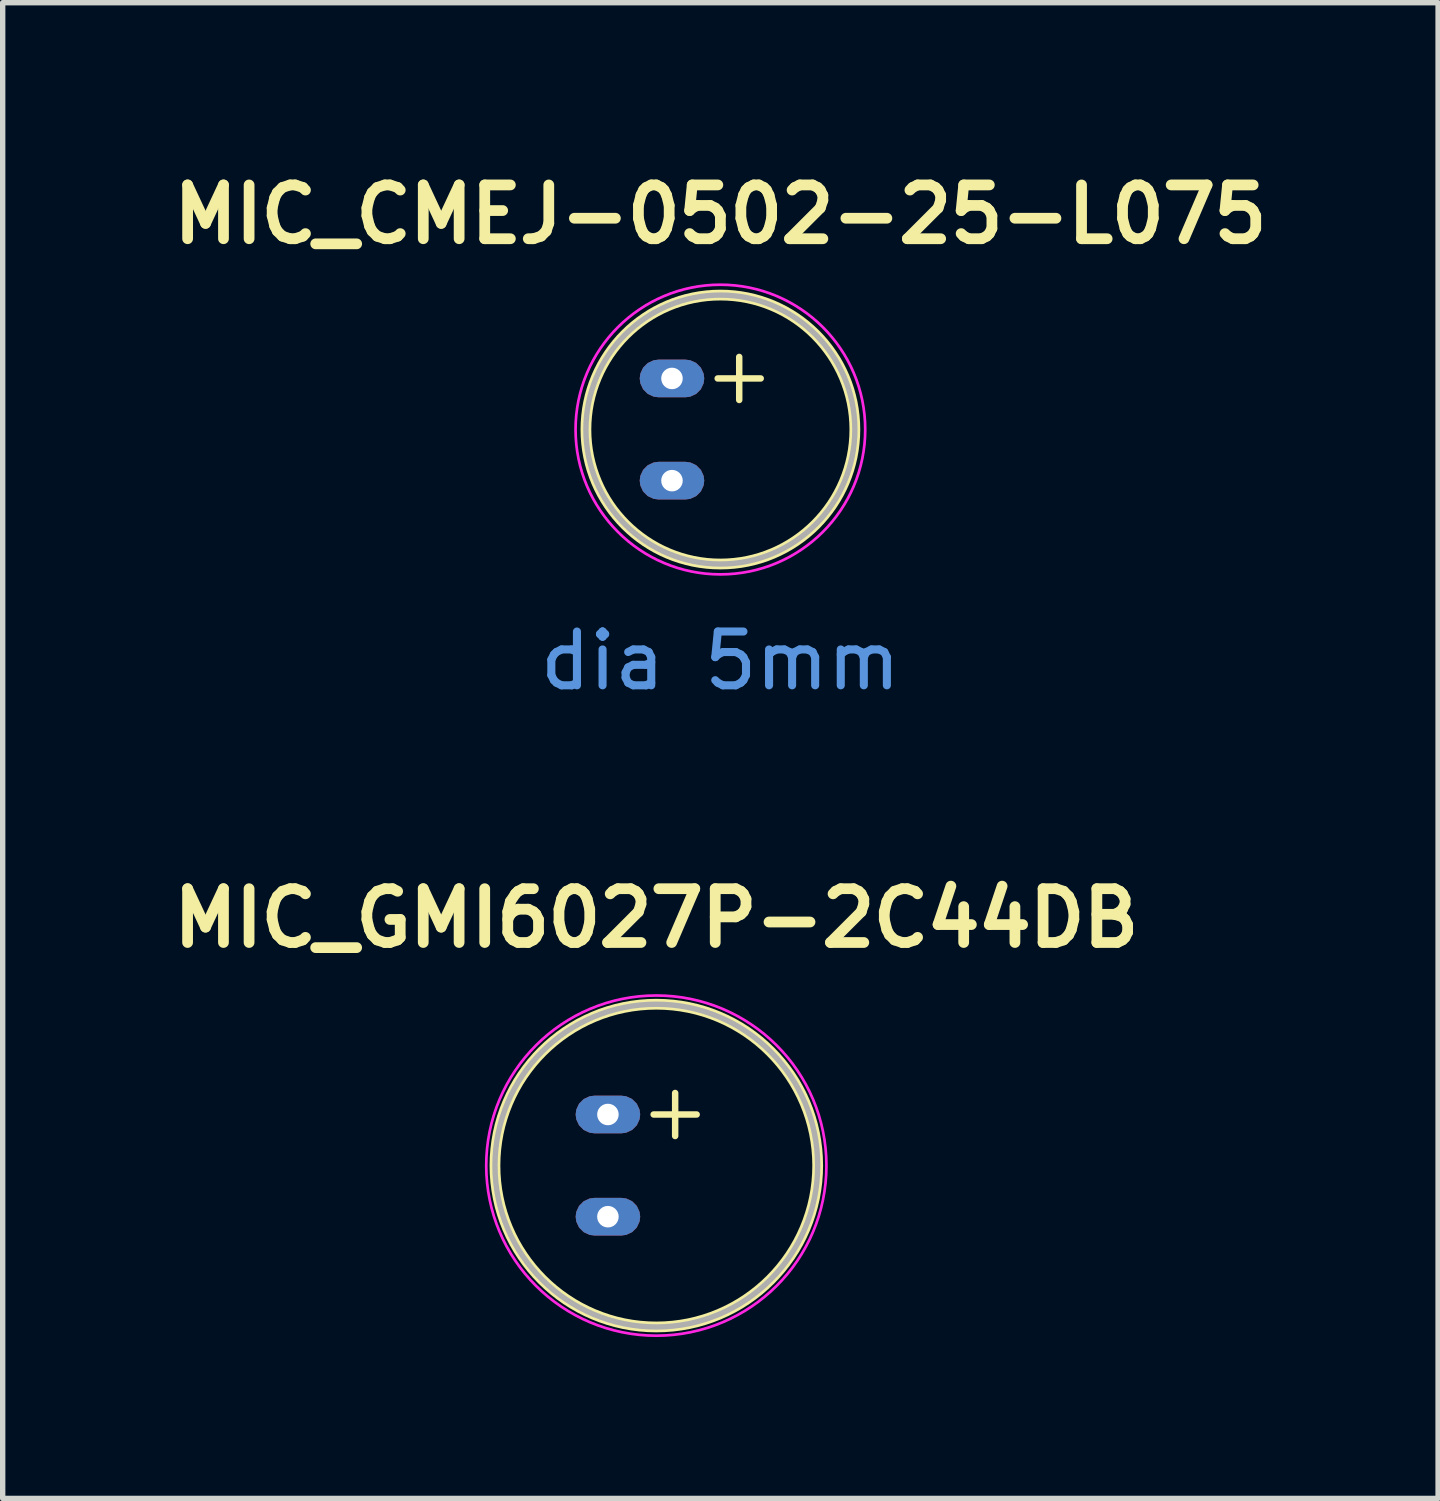
<source format=kicad_pcb>
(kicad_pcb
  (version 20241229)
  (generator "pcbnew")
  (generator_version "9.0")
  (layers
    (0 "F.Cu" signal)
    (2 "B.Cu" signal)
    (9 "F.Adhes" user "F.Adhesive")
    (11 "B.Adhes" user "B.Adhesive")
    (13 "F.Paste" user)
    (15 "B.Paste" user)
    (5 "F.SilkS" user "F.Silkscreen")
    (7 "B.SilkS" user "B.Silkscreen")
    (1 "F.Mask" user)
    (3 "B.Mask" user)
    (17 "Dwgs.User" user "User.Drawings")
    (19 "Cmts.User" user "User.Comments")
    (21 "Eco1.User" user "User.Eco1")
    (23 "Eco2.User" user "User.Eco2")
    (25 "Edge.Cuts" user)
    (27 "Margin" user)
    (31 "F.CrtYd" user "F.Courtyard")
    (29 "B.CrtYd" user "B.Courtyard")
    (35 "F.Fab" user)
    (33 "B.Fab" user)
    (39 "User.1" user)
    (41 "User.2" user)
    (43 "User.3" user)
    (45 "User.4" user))
  (footprint "MIC_CMEJ-0502-25-L075"
    (layer "F.Cu")
    (at 10.343 4.936)
    (property "Reference" "MIC_CMEJ-0502-25-L075" (at 0 -4 0) (layer "F.SilkS") (effects (font (size 1 1) (thickness 0.2))))
    (attr through_hole)
    (fp_line (start -0.05 -0.95) (end 0.75 -0.95) (stroke (width 0.12) (type solid)) (layer "F.SilkS"))
    (fp_line (start 0.35 -1.35) (end 0.35 -0.55) (stroke (width 0.12) (type solid)) (layer "F.SilkS"))
    (fp_circle (center 0 0) (end 2.5 0) (stroke (width 0.2) (type solid)) (fill no) (layer "F.SilkS"))
    (fp_circle (center 0 0) (end 1 -2.5) (stroke (width 0.05) (type solid)) (fill no) (layer "F.CrtYd"))
    (fp_circle (center 0 0) (end 0 -2.5) (stroke (width 0.1) (type solid)) (fill no) (layer "F.Fab"))
    (fp_text user "dia 5mm" (at 0 4.3 0) (layer "Cmts.User") (effects (font (size 1 1) (thickness 0.15))))
    (pad "1" thru_hole roundrect (at -0.9 -0.95) (size 1.2 0.7) (drill 0.4) (layers "*.Cu" "*.Mask") (roundrect_rratio 0.5))
    (pad "2" thru_hole roundrect (at -0.9 0.95) (size 1.2 0.7) (drill 0.4) (layers "*.Cu" "*.Mask") (roundrect_rratio 0.5)))
  (footprint "MIC_GMI6027P-2C44DB"
    (layer "F.Cu")
    (at 9.152 18.62)
    (property "Reference" "MIC_GMI6027P-2C44DB" (at 0 -4.6 0) (layer "F.SilkS") (effects (font (size 1 1) (thickness 0.2))))
    (attr through_hole)
    (fp_line (start -0.05 -0.95) (end 0.75 -0.95) (stroke (width 0.12) (type solid)) (layer "F.SilkS"))
    (fp_line (start 0.35 -1.35) (end 0.35 -0.55) (stroke (width 0.12) (type solid)) (layer "F.SilkS"))
    (fp_circle (center 0 0) (end 3 0) (stroke (width 0.2) (type solid)) (fill no) (layer "F.SilkS"))
    (fp_circle (center 0 0) (end 1 -3) (stroke (width 0.05) (type solid)) (fill no) (layer "F.CrtYd"))
    (fp_circle (center 0 0) (end 0 -3) (stroke (width 0.1) (type solid)) (fill no) (layer "F.Fab"))
    (pad "1" thru_hole roundrect (at -0.9 -0.95) (size 1.2 0.7) (drill 0.4) (layers "*.Cu" "*.Mask") (roundrect_rratio 0.5))
    (pad "2" thru_hole roundrect (at -0.9 0.95) (size 1.2 0.7) (drill 0.4) (layers "*.Cu" "*.Mask") (roundrect_rratio 0.5)))
  (gr_rect
    (start -3 -3)
    (end 23.686 24.808)
    (stroke (width 0.1) (type default))
    (fill no)
    (layer "Edge.Cuts")))
</source>
